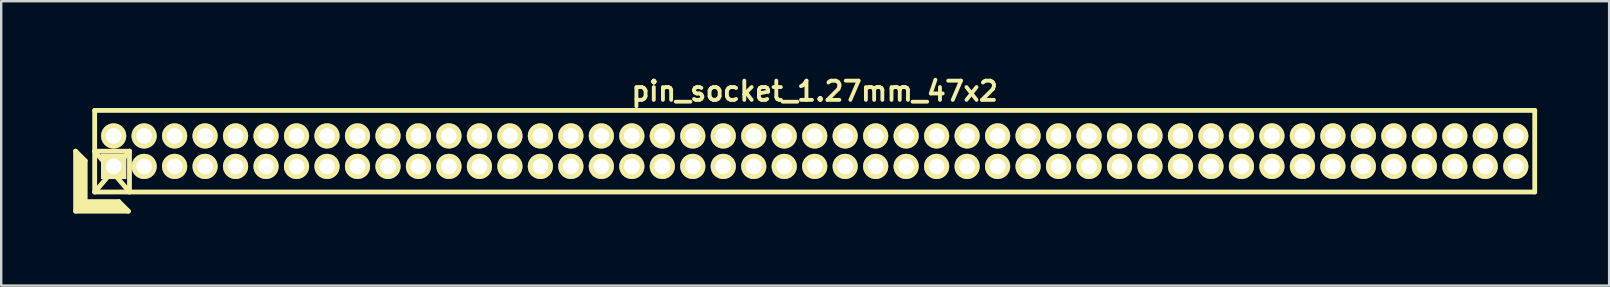
<source format=kicad_pcb>
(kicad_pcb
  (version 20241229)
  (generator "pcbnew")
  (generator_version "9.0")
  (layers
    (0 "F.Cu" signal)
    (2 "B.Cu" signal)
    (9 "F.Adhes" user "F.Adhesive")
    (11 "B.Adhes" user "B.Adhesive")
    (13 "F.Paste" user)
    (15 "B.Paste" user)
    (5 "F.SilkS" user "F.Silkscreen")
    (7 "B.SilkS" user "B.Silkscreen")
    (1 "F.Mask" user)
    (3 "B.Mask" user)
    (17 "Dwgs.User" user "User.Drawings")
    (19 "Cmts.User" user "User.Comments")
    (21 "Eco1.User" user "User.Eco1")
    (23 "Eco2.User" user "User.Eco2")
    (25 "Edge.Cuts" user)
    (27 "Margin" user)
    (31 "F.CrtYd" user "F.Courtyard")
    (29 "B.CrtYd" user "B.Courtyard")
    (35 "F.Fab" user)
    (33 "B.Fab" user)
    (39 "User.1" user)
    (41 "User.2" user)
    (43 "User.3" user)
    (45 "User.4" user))
  (footprint "pin_socket_1.27mm_47x2"
    (layer "F.Cu")
    (at 30.895 3.249)
    (property "Reference" "pin_socket_1.27mm_47x2" (at 0 -2.5 0) (layer "F.SilkS") (effects (font (size 0.8 0.8) (thickness 0.16))))
    (attr through_hole)
    (fp_line (start -30.795 0) (end -30.795 2.5) (stroke (width 0.2) (type solid)) (layer "F.SilkS"))
    (fp_line (start -30.795 0) (end -30.395 0.4) (stroke (width 0.2) (type solid)) (layer "F.SilkS"))
    (fp_line (start -30.795 2.5) (end -28.595 2.5) (stroke (width 0.2) (type solid)) (layer "F.SilkS"))
    (fp_line (start -30.695 2.4) (end -30.695 0.2) (stroke (width 0.2) (type solid)) (layer "F.SilkS"))
    (fp_line (start -30.695 2.4) (end -28.795 2.4) (stroke (width 0.2) (type solid)) (layer "F.SilkS"))
    (fp_line (start -30.595 2.3) (end -30.595 0.3) (stroke (width 0.2) (type solid)) (layer "F.SilkS"))
    (fp_line (start -30.595 2.3) (end -28.895 2.3) (stroke (width 0.2) (type solid)) (layer "F.SilkS"))
    (fp_line (start -30.495 2.2) (end -30.495 0.4) (stroke (width 0.2) (type solid)) (layer "F.SilkS"))
    (fp_line (start -30.495 2.2) (end -28.995 2.2) (stroke (width 0.2) (type solid)) (layer "F.SilkS"))
    (fp_line (start -30.395 2.1) (end -30.395 0.4) (stroke (width 0.2) (type solid)) (layer "F.SilkS"))
    (fp_line (start -30.395 2.1) (end -28.995 2.1) (stroke (width 0.2) (type solid)) (layer "F.SilkS"))
    (fp_line (start -30 -1.7) (end 30 -1.7) (stroke (width 0.2) (type solid)) (layer "F.SilkS"))
    (fp_line (start -30 0) (end -28.55 0) (stroke (width 0.2) (type solid)) (layer "F.SilkS"))
    (fp_line (start -30 0) (end -28.55 1.7) (stroke (width 0.2) (type solid)) (layer "F.SilkS"))
    (fp_line (start -30 1.7) (end -30 -1.7) (stroke (width 0.2) (type solid)) (layer "F.SilkS"))
    (fp_line (start -28.995 2.1) (end -28.595 2.5) (stroke (width 0.2) (type solid)) (layer "F.SilkS"))
    (fp_line (start -28.55 0) (end -29.995 1.7) (stroke (width 0.2) (type solid)) (layer "F.SilkS"))
    (fp_line (start -28.55 0) (end -28.55 1.7) (stroke (width 0.2) (type solid)) (layer "F.SilkS"))
    (fp_line (start 30 -1.7) (end 30 1.7) (stroke (width 0.2) (type solid)) (layer "F.SilkS"))
    (fp_line (start 30 1.7) (end -30 1.7) (stroke (width 0.2) (type solid)) (layer "F.SilkS"))
    (pad "1" thru_hole rect (at -29.21 0.635) (size 1.05 1.05) (drill 0.65) (layers "*.Cu" "*.Mask" "F.SilkS"))
    (pad "2" thru_hole oval (at -29.21 -0.635) (size 1.05 1.05) (drill 0.65) (layers "*.Cu" "*.Mask" "F.SilkS"))
    (pad "3" thru_hole oval (at -27.94 0.635) (size 1.05 1.05) (drill 0.65) (layers "*.Cu" "*.Mask" "F.SilkS"))
    (pad "4" thru_hole oval (at -27.94 -0.635) (size 1.05 1.05) (drill 0.65) (layers "*.Cu" "*.Mask" "F.SilkS"))
    (pad "5" thru_hole oval (at -26.67 0.635) (size 1.05 1.05) (drill 0.65) (layers "*.Cu" "*.Mask" "F.SilkS"))
    (pad "6" thru_hole oval (at -26.67 -0.635) (size 1.05 1.05) (drill 0.65) (layers "*.Cu" "*.Mask" "F.SilkS"))
    (pad "7" thru_hole oval (at -25.4 0.635) (size 1.05 1.05) (drill 0.65) (layers "*.Cu" "*.Mask" "F.SilkS"))
    (pad "8" thru_hole oval (at -25.4 -0.635) (size 1.05 1.05) (drill 0.65) (layers "*.Cu" "*.Mask" "F.SilkS"))
    (pad "9" thru_hole oval (at -24.13 0.635) (size 1.05 1.05) (drill 0.65) (layers "*.Cu" "*.Mask" "F.SilkS"))
    (pad "10" thru_hole oval (at -24.13 -0.635) (size 1.05 1.05) (drill 0.65) (layers "*.Cu" "*.Mask" "F.SilkS"))
    (pad "11" thru_hole oval (at -22.86 0.635) (size 1.05 1.05) (drill 0.65) (layers "*.Cu" "*.Mask" "F.SilkS"))
    (pad "12" thru_hole oval (at -22.86 -0.635) (size 1.05 1.05) (drill 0.65) (layers "*.Cu" "*.Mask" "F.SilkS"))
    (pad "13" thru_hole oval (at -21.59 0.635) (size 1.05 1.05) (drill 0.65) (layers "*.Cu" "*.Mask" "F.SilkS"))
    (pad "14" thru_hole oval (at -21.59 -0.635) (size 1.05 1.05) (drill 0.65) (layers "*.Cu" "*.Mask" "F.SilkS"))
    (pad "15" thru_hole oval (at -20.32 0.635) (size 1.05 1.05) (drill 0.65) (layers "*.Cu" "*.Mask" "F.SilkS"))
    (pad "16" thru_hole oval (at -20.32 -0.635) (size 1.05 1.05) (drill 0.65) (layers "*.Cu" "*.Mask" "F.SilkS"))
    (pad "17" thru_hole oval (at -19.05 0.635) (size 1.05 1.05) (drill 0.65) (layers "*.Cu" "*.Mask" "F.SilkS"))
    (pad "18" thru_hole oval (at -19.05 -0.635) (size 1.05 1.05) (drill 0.65) (layers "*.Cu" "*.Mask" "F.SilkS"))
    (pad "19" thru_hole oval (at -17.78 0.635) (size 1.05 1.05) (drill 0.65) (layers "*.Cu" "*.Mask" "F.SilkS"))
    (pad "20" thru_hole oval (at -17.78 -0.635) (size 1.05 1.05) (drill 0.65) (layers "*.Cu" "*.Mask" "F.SilkS"))
    (pad "21" thru_hole oval (at -16.51 0.635) (size 1.05 1.05) (drill 0.65) (layers "*.Cu" "*.Mask" "F.SilkS"))
    (pad "22" thru_hole oval (at -16.51 -0.635) (size 1.05 1.05) (drill 0.65) (layers "*.Cu" "*.Mask" "F.SilkS"))
    (pad "23" thru_hole oval (at -15.24 0.635) (size 1.05 1.05) (drill 0.65) (layers "*.Cu" "*.Mask" "F.SilkS"))
    (pad "24" thru_hole oval (at -15.24 -0.635) (size 1.05 1.05) (drill 0.65) (layers "*.Cu" "*.Mask" "F.SilkS"))
    (pad "25" thru_hole oval (at -13.97 0.635) (size 1.05 1.05) (drill 0.65) (layers "*.Cu" "*.Mask" "F.SilkS"))
    (pad "26" thru_hole oval (at -13.97 -0.635) (size 1.05 1.05) (drill 0.65) (layers "*.Cu" "*.Mask" "F.SilkS"))
    (pad "27" thru_hole oval (at -12.7 0.635) (size 1.05 1.05) (drill 0.65) (layers "*.Cu" "*.Mask" "F.SilkS"))
    (pad "28" thru_hole oval (at -12.7 -0.635) (size 1.05 1.05) (drill 0.65) (layers "*.Cu" "*.Mask" "F.SilkS"))
    (pad "29" thru_hole oval (at -11.43 0.635) (size 1.05 1.05) (drill 0.65) (layers "*.Cu" "*.Mask" "F.SilkS"))
    (pad "30" thru_hole oval (at -11.43 -0.635) (size 1.05 1.05) (drill 0.65) (layers "*.Cu" "*.Mask" "F.SilkS"))
    (pad "31" thru_hole oval (at -10.16 0.635) (size 1.05 1.05) (drill 0.65) (layers "*.Cu" "*.Mask" "F.SilkS"))
    (pad "32" thru_hole oval (at -10.16 -0.635) (size 1.05 1.05) (drill 0.65) (layers "*.Cu" "*.Mask" "F.SilkS"))
    (pad "33" thru_hole oval (at -8.89 0.635) (size 1.05 1.05) (drill 0.65) (layers "*.Cu" "*.Mask" "F.SilkS"))
    (pad "34" thru_hole oval (at -8.89 -0.635) (size 1.05 1.05) (drill 0.65) (layers "*.Cu" "*.Mask" "F.SilkS"))
    (pad "35" thru_hole oval (at -7.62 0.635) (size 1.05 1.05) (drill 0.65) (layers "*.Cu" "*.Mask" "F.SilkS"))
    (pad "36" thru_hole oval (at -7.62 -0.635) (size 1.05 1.05) (drill 0.65) (layers "*.Cu" "*.Mask" "F.SilkS"))
    (pad "37" thru_hole oval (at -6.35 0.635) (size 1.05 1.05) (drill 0.65) (layers "*.Cu" "*.Mask" "F.SilkS"))
    (pad "38" thru_hole oval (at -6.35 -0.635) (size 1.05 1.05) (drill 0.65) (layers "*.Cu" "*.Mask" "F.SilkS"))
    (pad "39" thru_hole oval (at -5.08 0.635) (size 1.05 1.05) (drill 0.65) (layers "*.Cu" "*.Mask" "F.SilkS"))
    (pad "40" thru_hole oval (at -5.08 -0.635) (size 1.05 1.05) (drill 0.65) (layers "*.Cu" "*.Mask" "F.SilkS"))
    (pad "41" thru_hole oval (at -3.81 0.635) (size 1.05 1.05) (drill 0.65) (layers "*.Cu" "*.Mask" "F.SilkS"))
    (pad "42" thru_hole oval (at -3.81 -0.635) (size 1.05 1.05) (drill 0.65) (layers "*.Cu" "*.Mask" "F.SilkS"))
    (pad "43" thru_hole oval (at -2.54 0.635) (size 1.05 1.05) (drill 0.65) (layers "*.Cu" "*.Mask" "F.SilkS"))
    (pad "44" thru_hole oval (at -2.54 -0.635) (size 1.05 1.05) (drill 0.65) (layers "*.Cu" "*.Mask" "F.SilkS"))
    (pad "45" thru_hole oval (at -1.27 0.635) (size 1.05 1.05) (drill 0.65) (layers "*.Cu" "*.Mask" "F.SilkS"))
    (pad "46" thru_hole oval (at -1.27 -0.635) (size 1.05 1.05) (drill 0.65) (layers "*.Cu" "*.Mask" "F.SilkS"))
    (pad "47" thru_hole oval (at 0 0.635) (size 1.05 1.05) (drill 0.65) (layers "*.Cu" "*.Mask" "F.SilkS"))
    (pad "48" thru_hole oval (at 0 -0.635) (size 1.05 1.05) (drill 0.65) (layers "*.Cu" "*.Mask" "F.SilkS"))
    (pad "49" thru_hole oval (at 1.27 0.635) (size 1.05 1.05) (drill 0.65) (layers "*.Cu" "*.Mask" "F.SilkS"))
    (pad "50" thru_hole oval (at 1.27 -0.635) (size 1.05 1.05) (drill 0.65) (layers "*.Cu" "*.Mask" "F.SilkS"))
    (pad "51" thru_hole circle (at 2.54 0.635) (size 1.05 1.05) (drill 0.65) (layers "*.Cu" "*.Mask" "F.SilkS"))
    (pad "52" thru_hole oval (at 2.54 -0.635) (size 1.05 1.05) (drill 0.65) (layers "*.Cu" "*.Mask" "F.SilkS"))
    (pad "53" thru_hole oval (at 3.81 0.635) (size 1.05 1.05) (drill 0.65) (layers "*.Cu" "*.Mask" "F.SilkS"))
    (pad "54" thru_hole oval (at 3.81 -0.635) (size 1.05 1.05) (drill 0.65) (layers "*.Cu" "*.Mask" "F.SilkS"))
    (pad "55" thru_hole oval (at 5.08 0.635) (size 1.05 1.05) (drill 0.65) (layers "*.Cu" "*.Mask" "F.SilkS"))
    (pad "56" thru_hole oval (at 5.08 -0.635) (size 1.05 1.05) (drill 0.65) (layers "*.Cu" "*.Mask" "F.SilkS"))
    (pad "57" thru_hole oval (at 6.35 0.635) (size 1.05 1.05) (drill 0.65) (layers "*.Cu" "*.Mask" "F.SilkS"))
    (pad "58" thru_hole oval (at 6.35 -0.635) (size 1.05 1.05) (drill 0.65) (layers "*.Cu" "*.Mask" "F.SilkS"))
    (pad "59" thru_hole oval (at 7.62 0.635) (size 1.05 1.05) (drill 0.65) (layers "*.Cu" "*.Mask" "F.SilkS"))
    (pad "60" thru_hole oval (at 7.62 -0.635) (size 1.05 1.05) (drill 0.65) (layers "*.Cu" "*.Mask" "F.SilkS"))
    (pad "61" thru_hole oval (at 8.89 0.635) (size 1.05 1.05) (drill 0.65) (layers "*.Cu" "*.Mask" "F.SilkS"))
    (pad "62" thru_hole oval (at 8.89 -0.635) (size 1.05 1.05) (drill 0.65) (layers "*.Cu" "*.Mask" "F.SilkS"))
    (pad "63" thru_hole oval (at 10.16 0.635) (size 1.05 1.05) (drill 0.65) (layers "*.Cu" "*.Mask" "F.SilkS"))
    (pad "64" thru_hole oval (at 10.16 -0.635) (size 1.05 1.05) (drill 0.65) (layers "*.Cu" "*.Mask" "F.SilkS"))
    (pad "65" thru_hole oval (at 11.43 0.635) (size 1.05 1.05) (drill 0.65) (layers "*.Cu" "*.Mask" "F.SilkS"))
    (pad "66" thru_hole oval (at 11.43 -0.635) (size 1.05 1.05) (drill 0.65) (layers "*.Cu" "*.Mask" "F.SilkS"))
    (pad "67" thru_hole oval (at 12.7 0.635) (size 1.05 1.05) (drill 0.65) (layers "*.Cu" "*.Mask" "F.SilkS"))
    (pad "68" thru_hole oval (at 12.7 -0.635) (size 1.05 1.05) (drill 0.65) (layers "*.Cu" "*.Mask" "F.SilkS"))
    (pad "69" thru_hole oval (at 13.97 0.635) (size 1.05 1.05) (drill 0.65) (layers "*.Cu" "*.Mask" "F.SilkS"))
    (pad "70" thru_hole oval (at 13.97 -0.635) (size 1.05 1.05) (drill 0.65) (layers "*.Cu" "*.Mask" "F.SilkS"))
    (pad "71" thru_hole oval (at 15.24 0.635) (size 1.05 1.05) (drill 0.65) (layers "*.Cu" "*.Mask" "F.SilkS"))
    (pad "72" thru_hole oval (at 15.24 -0.635) (size 1.05 1.05) (drill 0.65) (layers "*.Cu" "*.Mask" "F.SilkS"))
    (pad "73" thru_hole oval (at 16.51 0.635) (size 1.05 1.05) (drill 0.65) (layers "*.Cu" "*.Mask" "F.SilkS"))
    (pad "74" thru_hole oval (at 16.51 -0.635) (size 1.05 1.05) (drill 0.65) (layers "*.Cu" "*.Mask" "F.SilkS"))
    (pad "75" thru_hole oval (at 17.78 0.635) (size 1.05 1.05) (drill 0.65) (layers "*.Cu" "*.Mask" "F.SilkS"))
    (pad "76" thru_hole oval (at 17.78 -0.635) (size 1.05 1.05) (drill 0.65) (layers "*.Cu" "*.Mask" "F.SilkS"))
    (pad "77" thru_hole oval (at 19.05 0.635) (size 1.05 1.05) (drill 0.65) (layers "*.Cu" "*.Mask" "F.SilkS"))
    (pad "78" thru_hole oval (at 19.05 -0.635) (size 1.05 1.05) (drill 0.65) (layers "*.Cu" "*.Mask" "F.SilkS"))
    (pad "79" thru_hole oval (at 20.32 0.635) (size 1.05 1.05) (drill 0.65) (layers "*.Cu" "*.Mask" "F.SilkS"))
    (pad "80" thru_hole oval (at 20.32 -0.635) (size 1.05 1.05) (drill 0.65) (layers "*.Cu" "*.Mask" "F.SilkS"))
    (pad "81" thru_hole oval (at 21.59 0.635) (size 1.05 1.05) (drill 0.65) (layers "*.Cu" "*.Mask" "F.SilkS"))
    (pad "82" thru_hole oval (at 21.59 -0.635) (size 1.05 1.05) (drill 0.65) (layers "*.Cu" "*.Mask" "F.SilkS"))
    (pad "83" thru_hole oval (at 22.86 0.635) (size 1.05 1.05) (drill 0.65) (layers "*.Cu" "*.Mask" "F.SilkS"))
    (pad "84" thru_hole oval (at 22.86 -0.635) (size 1.05 1.05) (drill 0.65) (layers "*.Cu" "*.Mask" "F.SilkS"))
    (pad "85" thru_hole oval (at 24.13 0.635) (size 1.05 1.05) (drill 0.65) (layers "*.Cu" "*.Mask" "F.SilkS"))
    (pad "86" thru_hole oval (at 24.13 -0.635) (size 1.05 1.05) (drill 0.65) (layers "*.Cu" "*.Mask" "F.SilkS"))
    (pad "87" thru_hole oval (at 25.4 0.635) (size 1.05 1.05) (drill 0.65) (layers "*.Cu" "*.Mask" "F.SilkS"))
    (pad "88" thru_hole oval (at 25.4 -0.635) (size 1.05 1.05) (drill 0.65) (layers "*.Cu" "*.Mask" "F.SilkS"))
    (pad "89" thru_hole oval (at 26.67 0.635) (size 1.05 1.05) (drill 0.65) (layers "*.Cu" "*.Mask" "F.SilkS"))
    (pad "90" thru_hole oval (at 26.67 -0.635) (size 1.05 1.05) (drill 0.65) (layers "*.Cu" "*.Mask" "F.SilkS"))
    (pad "91" thru_hole oval (at 27.94 0.635) (size 1.05 1.05) (drill 0.65) (layers "*.Cu" "*.Mask" "F.SilkS"))
    (pad "92" thru_hole oval (at 27.94 -0.635) (size 1.05 1.05) (drill 0.65) (layers "*.Cu" "*.Mask" "F.SilkS"))
    (pad "93" thru_hole oval (at 29.21 0.635) (size 1.05 1.05) (drill 0.65) (layers "*.Cu" "*.Mask" "F.SilkS"))
    (pad "94" thru_hole oval (at 29.21 -0.635) (size 1.05 1.05) (drill 0.65) (layers "*.Cu" "*.Mask" "F.SilkS")))
  (gr_rect
    (start -3 -3)
    (end 63.995 8.849)
    (stroke (width 0.1) (type default))
    (fill no)
    (layer "Edge.Cuts")))
</source>
